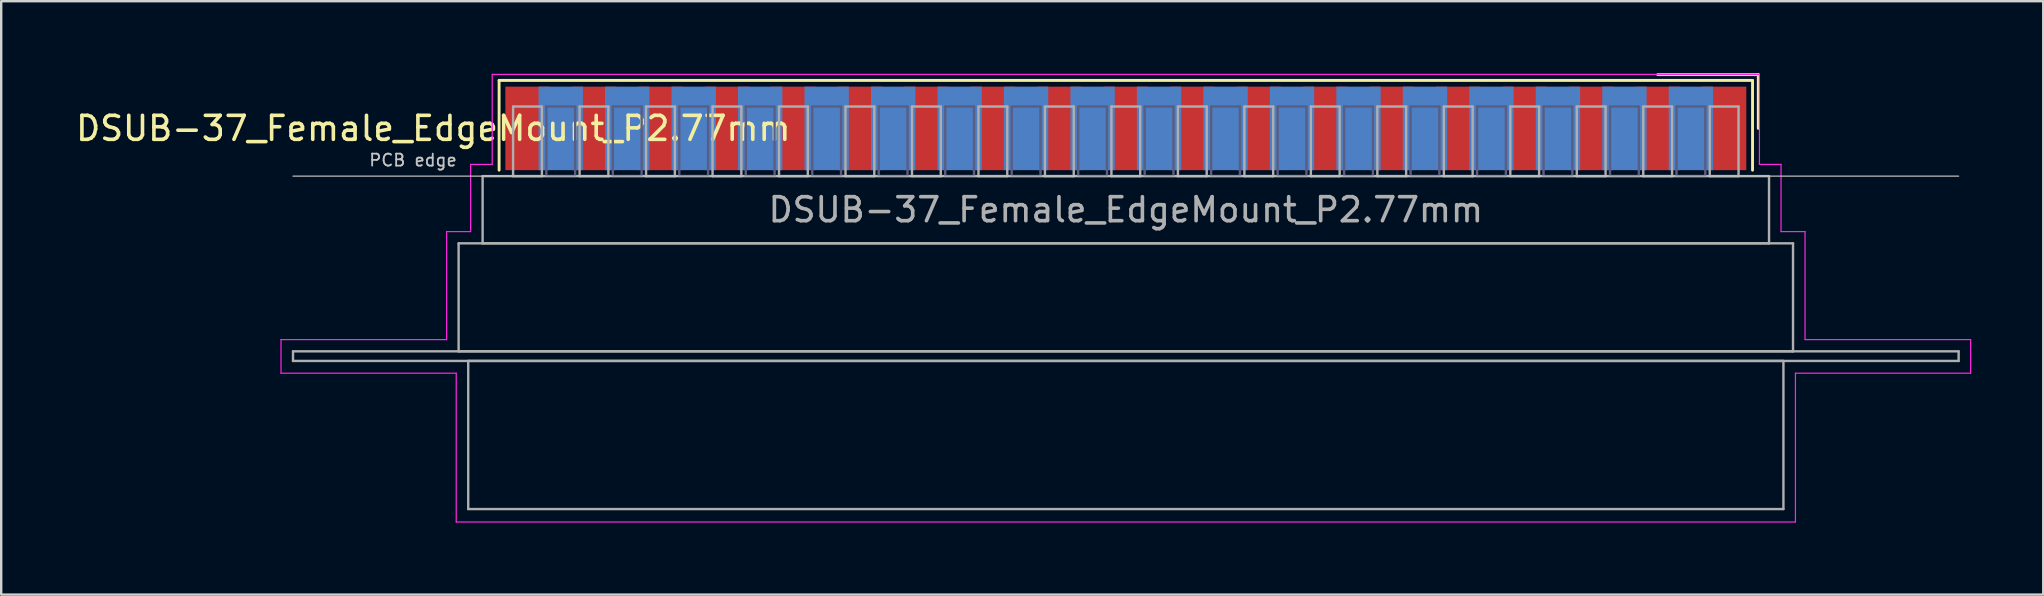
<source format=kicad_pcb>
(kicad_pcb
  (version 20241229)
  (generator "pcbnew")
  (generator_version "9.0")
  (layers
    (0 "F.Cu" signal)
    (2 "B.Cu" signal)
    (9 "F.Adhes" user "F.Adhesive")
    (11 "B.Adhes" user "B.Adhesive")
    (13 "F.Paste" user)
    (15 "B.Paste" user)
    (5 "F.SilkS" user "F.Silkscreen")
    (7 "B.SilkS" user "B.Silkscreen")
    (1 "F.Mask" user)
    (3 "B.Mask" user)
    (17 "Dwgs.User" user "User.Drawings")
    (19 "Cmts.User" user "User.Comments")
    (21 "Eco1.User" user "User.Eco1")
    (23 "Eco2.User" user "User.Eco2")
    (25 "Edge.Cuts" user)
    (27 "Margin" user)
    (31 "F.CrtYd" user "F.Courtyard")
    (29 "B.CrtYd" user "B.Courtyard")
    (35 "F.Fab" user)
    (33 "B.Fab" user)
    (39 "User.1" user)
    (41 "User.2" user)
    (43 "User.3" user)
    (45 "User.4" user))
  (footprint "DSUB-37_Female_EdgeMount_P2.77mm"
    (layer "F.Cu")
    (at 43.859 2.3)
    (property "Reference" "DSUB-37_Female_EdgeMount_P2.77mm" (at -28.853 0 0) (layer "F.SilkS") (effects (font (size 1 1) (thickness 0.15))))
    (attr smd)
    (fp_line (start -26.113 -2) (end -26.113 1.74) (stroke (width 0.12) (type solid)) (layer "F.SilkS"))
    (fp_line (start 26.113 -2) (end -26.113 -2) (stroke (width 0.12) (type solid)) (layer "F.SilkS"))
    (fp_line (start 26.113 1.74) (end 26.113 -2) (stroke (width 0.12) (type solid)) (layer "F.SilkS"))
    (fp_line (start 26.353 -2.24) (end 22.16 -2.24) (stroke (width 0.12) (type solid)) (layer "F.SilkS"))
    (fp_line (start 26.353 0) (end 26.353 -2.24) (stroke (width 0.12) (type solid)) (layer "F.SilkS"))
    (fp_line (start -34.7 1.99) (end 34.7 1.99) (stroke (width 0.05) (type solid)) (layer "Dwgs.User"))
    (fp_line (start -35.2 8.8) (end -28.3 8.8) (stroke (width 0.05) (type solid)) (layer "F.CrtYd"))
    (fp_line (start -35.2 10.2) (end -35.2 8.8) (stroke (width 0.05) (type solid)) (layer "F.CrtYd"))
    (fp_line (start -28.3 4.3) (end -27.3 4.3) (stroke (width 0.05) (type solid)) (layer "F.CrtYd"))
    (fp_line (start -28.3 8.8) (end -28.3 4.3) (stroke (width 0.05) (type solid)) (layer "F.CrtYd"))
    (fp_line (start -27.9 10.2) (end -35.2 10.2) (stroke (width 0.05) (type solid)) (layer "F.CrtYd"))
    (fp_line (start -27.9 16.4) (end -27.9 10.2) (stroke (width 0.05) (type solid)) (layer "F.CrtYd"))
    (fp_line (start -27.3 1.5) (end -26.4 1.5) (stroke (width 0.05) (type solid)) (layer "F.CrtYd"))
    (fp_line (start -27.3 4.3) (end -27.3 1.5) (stroke (width 0.05) (type solid)) (layer "F.CrtYd"))
    (fp_line (start -26.4 -2.25) (end 26.4 -2.25) (stroke (width 0.05) (type solid)) (layer "F.CrtYd"))
    (fp_line (start -26.4 1.5) (end -26.4 -2.25) (stroke (width 0.05) (type solid)) (layer "F.CrtYd"))
    (fp_line (start 26.4 -2.25) (end 26.4 1.5) (stroke (width 0.05) (type solid)) (layer "F.CrtYd"))
    (fp_line (start 26.4 1.5) (end 27.3 1.5) (stroke (width 0.05) (type solid)) (layer "F.CrtYd"))
    (fp_line (start 27.3 1.5) (end 27.3 4.3) (stroke (width 0.05) (type solid)) (layer "F.CrtYd"))
    (fp_line (start 27.3 4.3) (end 28.3 4.3) (stroke (width 0.05) (type solid)) (layer "F.CrtYd"))
    (fp_line (start 27.9 10.2) (end 27.9 16.4) (stroke (width 0.05) (type solid)) (layer "F.CrtYd"))
    (fp_line (start 27.9 16.4) (end -27.9 16.4) (stroke (width 0.05) (type solid)) (layer "F.CrtYd"))
    (fp_line (start 28.3 4.3) (end 28.3 8.8) (stroke (width 0.05) (type solid)) (layer "F.CrtYd"))
    (fp_line (start 28.3 8.8) (end 35.2 8.8) (stroke (width 0.05) (type solid)) (layer "F.CrtYd"))
    (fp_line (start 35.2 8.8) (end 35.2 10.2) (stroke (width 0.05) (type solid)) (layer "F.CrtYd"))
    (fp_line (start 35.2 10.2) (end 27.9 10.2) (stroke (width 0.05) (type solid)) (layer "F.CrtYd"))
    (fp_line (start -24.145 -0.91) (end -24.145 1.99) (stroke (width 0.1) (type solid)) (layer "B.Fab"))
    (fp_line (start -24.145 1.99) (end -22.945 1.99) (stroke (width 0.1) (type solid)) (layer "B.Fab"))
    (fp_line (start -22.945 -0.91) (end -24.145 -0.91) (stroke (width 0.1) (type solid)) (layer "B.Fab"))
    (fp_line (start -22.945 1.99) (end -22.945 -0.91) (stroke (width 0.1) (type solid)) (layer "B.Fab"))
    (fp_line (start -21.375 -0.91) (end -21.375 1.99) (stroke (width 0.1) (type solid)) (layer "B.Fab"))
    (fp_line (start -21.375 1.99) (end -20.175 1.99) (stroke (width 0.1) (type solid)) (layer "B.Fab"))
    (fp_line (start -20.175 -0.91) (end -21.375 -0.91) (stroke (width 0.1) (type solid)) (layer "B.Fab"))
    (fp_line (start -20.175 1.99) (end -20.175 -0.91) (stroke (width 0.1) (type solid)) (layer "B.Fab"))
    (fp_line (start -18.605 -0.91) (end -18.605 1.99) (stroke (width 0.1) (type solid)) (layer "B.Fab"))
    (fp_line (start -18.605 1.99) (end -17.405 1.99) (stroke (width 0.1) (type solid)) (layer "B.Fab"))
    (fp_line (start -17.405 -0.91) (end -18.605 -0.91) (stroke (width 0.1) (type solid)) (layer "B.Fab"))
    (fp_line (start -17.405 1.99) (end -17.405 -0.91) (stroke (width 0.1) (type solid)) (layer "B.Fab"))
    (fp_line (start -15.835 -0.91) (end -15.835 1.99) (stroke (width 0.1) (type solid)) (layer "B.Fab"))
    (fp_line (start -15.835 1.99) (end -14.635 1.99) (stroke (width 0.1) (type solid)) (layer "B.Fab"))
    (fp_line (start -14.635 -0.91) (end -15.835 -0.91) (stroke (width 0.1) (type solid)) (layer "B.Fab"))
    (fp_line (start -14.635 1.99) (end -14.635 -0.91) (stroke (width 0.1) (type solid)) (layer "B.Fab"))
    (fp_line (start -13.065 -0.91) (end -13.065 1.99) (stroke (width 0.1) (type solid)) (layer "B.Fab"))
    (fp_line (start -13.065 1.99) (end -11.865 1.99) (stroke (width 0.1) (type solid)) (layer "B.Fab"))
    (fp_line (start -11.865 -0.91) (end -13.065 -0.91) (stroke (width 0.1) (type solid)) (layer "B.Fab"))
    (fp_line (start -11.865 1.99) (end -11.865 -0.91) (stroke (width 0.1) (type solid)) (layer "B.Fab"))
    (fp_line (start -10.295 -0.91) (end -10.295 1.99) (stroke (width 0.1) (type solid)) (layer "B.Fab"))
    (fp_line (start -10.295 1.99) (end -9.095 1.99) (stroke (width 0.1) (type solid)) (layer "B.Fab"))
    (fp_line (start -9.095 -0.91) (end -10.295 -0.91) (stroke (width 0.1) (type solid)) (layer "B.Fab"))
    (fp_line (start -9.095 1.99) (end -9.095 -0.91) (stroke (width 0.1) (type solid)) (layer "B.Fab"))
    (fp_line (start -7.525 -0.91) (end -7.525 1.99) (stroke (width 0.1) (type solid)) (layer "B.Fab"))
    (fp_line (start -7.525 1.99) (end -6.325 1.99) (stroke (width 0.1) (type solid)) (layer "B.Fab"))
    (fp_line (start -6.325 -0.91) (end -7.525 -0.91) (stroke (width 0.1) (type solid)) (layer "B.Fab"))
    (fp_line (start -6.325 1.99) (end -6.325 -0.91) (stroke (width 0.1) (type solid)) (layer "B.Fab"))
    (fp_line (start -4.755 -0.91) (end -4.755 1.99) (stroke (width 0.1) (type solid)) (layer "B.Fab"))
    (fp_line (start -4.755 1.99) (end -3.555 1.99) (stroke (width 0.1) (type solid)) (layer "B.Fab"))
    (fp_line (start -3.555 -0.91) (end -4.755 -0.91) (stroke (width 0.1) (type solid)) (layer "B.Fab"))
    (fp_line (start -3.555 1.99) (end -3.555 -0.91) (stroke (width 0.1) (type solid)) (layer "B.Fab"))
    (fp_line (start -1.985 -0.91) (end -1.985 1.99) (stroke (width 0.1) (type solid)) (layer "B.Fab"))
    (fp_line (start -1.985 1.99) (end -0.785 1.99) (stroke (width 0.1) (type solid)) (layer "B.Fab"))
    (fp_line (start -0.785 -0.91) (end -1.985 -0.91) (stroke (width 0.1) (type solid)) (layer "B.Fab"))
    (fp_line (start -0.785 1.99) (end -0.785 -0.91) (stroke (width 0.1) (type solid)) (layer "B.Fab"))
    (fp_line (start 0.785 -0.91) (end 0.785 1.99) (stroke (width 0.1) (type solid)) (layer "B.Fab"))
    (fp_line (start 0.785 1.99) (end 1.985 1.99) (stroke (width 0.1) (type solid)) (layer "B.Fab"))
    (fp_line (start 1.985 -0.91) (end 0.785 -0.91) (stroke (width 0.1) (type solid)) (layer "B.Fab"))
    (fp_line (start 1.985 1.99) (end 1.985 -0.91) (stroke (width 0.1) (type solid)) (layer "B.Fab"))
    (fp_line (start 3.555 -0.91) (end 3.555 1.99) (stroke (width 0.1) (type solid)) (layer "B.Fab"))
    (fp_line (start 3.555 1.99) (end 4.755 1.99) (stroke (width 0.1) (type solid)) (layer "B.Fab"))
    (fp_line (start 4.755 -0.91) (end 3.555 -0.91) (stroke (width 0.1) (type solid)) (layer "B.Fab"))
    (fp_line (start 4.755 1.99) (end 4.755 -0.91) (stroke (width 0.1) (type solid)) (layer "B.Fab"))
    (fp_line (start 6.325 -0.91) (end 6.325 1.99) (stroke (width 0.1) (type solid)) (layer "B.Fab"))
    (fp_line (start 6.325 1.99) (end 7.525 1.99) (stroke (width 0.1) (type solid)) (layer "B.Fab"))
    (fp_line (start 7.525 -0.91) (end 6.325 -0.91) (stroke (width 0.1) (type solid)) (layer "B.Fab"))
    (fp_line (start 7.525 1.99) (end 7.525 -0.91) (stroke (width 0.1) (type solid)) (layer "B.Fab"))
    (fp_line (start 9.095 -0.91) (end 9.095 1.99) (stroke (width 0.1) (type solid)) (layer "B.Fab"))
    (fp_line (start 9.095 1.99) (end 10.295 1.99) (stroke (width 0.1) (type solid)) (layer "B.Fab"))
    (fp_line (start 10.295 -0.91) (end 9.095 -0.91) (stroke (width 0.1) (type solid)) (layer "B.Fab"))
    (fp_line (start 10.295 1.99) (end 10.295 -0.91) (stroke (width 0.1) (type solid)) (layer "B.Fab"))
    (fp_line (start 11.865 -0.91) (end 11.865 1.99) (stroke (width 0.1) (type solid)) (layer "B.Fab"))
    (fp_line (start 11.865 1.99) (end 13.065 1.99) (stroke (width 0.1) (type solid)) (layer "B.Fab"))
    (fp_line (start 13.065 -0.91) (end 11.865 -0.91) (stroke (width 0.1) (type solid)) (layer "B.Fab"))
    (fp_line (start 13.065 1.99) (end 13.065 -0.91) (stroke (width 0.1) (type solid)) (layer "B.Fab"))
    (fp_line (start 14.635 -0.91) (end 14.635 1.99) (stroke (width 0.1) (type solid)) (layer "B.Fab"))
    (fp_line (start 14.635 1.99) (end 15.835 1.99) (stroke (width 0.1) (type solid)) (layer "B.Fab"))
    (fp_line (start 15.835 -0.91) (end 14.635 -0.91) (stroke (width 0.1) (type solid)) (layer "B.Fab"))
    (fp_line (start 15.835 1.99) (end 15.835 -0.91) (stroke (width 0.1) (type solid)) (layer "B.Fab"))
    (fp_line (start 17.405 -0.91) (end 17.405 1.99) (stroke (width 0.1) (type solid)) (layer "B.Fab"))
    (fp_line (start 17.405 1.99) (end 18.605 1.99) (stroke (width 0.1) (type solid)) (layer "B.Fab"))
    (fp_line (start 18.605 -0.91) (end 17.405 -0.91) (stroke (width 0.1) (type solid)) (layer "B.Fab"))
    (fp_line (start 18.605 1.99) (end 18.605 -0.91) (stroke (width 0.1) (type solid)) (layer "B.Fab"))
    (fp_line (start 20.175 -0.91) (end 20.175 1.99) (stroke (width 0.1) (type solid)) (layer "B.Fab"))
    (fp_line (start 20.175 1.99) (end 21.375 1.99) (stroke (width 0.1) (type solid)) (layer "B.Fab"))
    (fp_line (start 21.375 -0.91) (end 20.175 -0.91) (stroke (width 0.1) (type solid)) (layer "B.Fab"))
    (fp_line (start 21.375 1.99) (end 21.375 -0.91) (stroke (width 0.1) (type solid)) (layer "B.Fab"))
    (fp_line (start 22.945 -0.91) (end 22.945 1.99) (stroke (width 0.1) (type solid)) (layer "B.Fab"))
    (fp_line (start 22.945 1.99) (end 24.145 1.99) (stroke (width 0.1) (type solid)) (layer "B.Fab"))
    (fp_line (start 24.145 -0.91) (end 22.945 -0.91) (stroke (width 0.1) (type solid)) (layer "B.Fab"))
    (fp_line (start 24.145 1.99) (end 24.145 -0.91) (stroke (width 0.1) (type solid)) (layer "B.Fab"))
    (fp_line (start -34.7 9.29) (end -34.7 9.69) (stroke (width 0.1) (type solid)) (layer "F.Fab"))
    (fp_line (start -34.7 9.69) (end 34.7 9.69) (stroke (width 0.1) (type solid)) (layer "F.Fab"))
    (fp_line (start -27.8 4.79) (end -27.8 9.29) (stroke (width 0.1) (type solid)) (layer "F.Fab"))
    (fp_line (start -27.8 9.29) (end 27.8 9.29) (stroke (width 0.1) (type solid)) (layer "F.Fab"))
    (fp_line (start -27.4 9.69) (end -27.4 15.86) (stroke (width 0.1) (type solid)) (layer "F.Fab"))
    (fp_line (start -27.4 15.86) (end 27.4 15.86) (stroke (width 0.1) (type solid)) (layer "F.Fab"))
    (fp_line (start -26.8 1.99) (end -26.8 4.79) (stroke (width 0.1) (type solid)) (layer "F.Fab"))
    (fp_line (start -26.8 4.79) (end 26.8 4.79) (stroke (width 0.1) (type solid)) (layer "F.Fab"))
    (fp_line (start -25.53 -0.91) (end -25.53 1.99) (stroke (width 0.1) (type solid)) (layer "F.Fab"))
    (fp_line (start -25.53 1.99) (end -24.33 1.99) (stroke (width 0.1) (type solid)) (layer "F.Fab"))
    (fp_line (start -24.33 -0.91) (end -25.53 -0.91) (stroke (width 0.1) (type solid)) (layer "F.Fab"))
    (fp_line (start -24.33 1.99) (end -24.33 -0.91) (stroke (width 0.1) (type solid)) (layer "F.Fab"))
    (fp_line (start -22.76 -0.91) (end -22.76 1.99) (stroke (width 0.1) (type solid)) (layer "F.Fab"))
    (fp_line (start -22.76 1.99) (end -21.56 1.99) (stroke (width 0.1) (type solid)) (layer "F.Fab"))
    (fp_line (start -21.56 -0.91) (end -22.76 -0.91) (stroke (width 0.1) (type solid)) (layer "F.Fab"))
    (fp_line (start -21.56 1.99) (end -21.56 -0.91) (stroke (width 0.1) (type solid)) (layer "F.Fab"))
    (fp_line (start -19.99 -0.91) (end -19.99 1.99) (stroke (width 0.1) (type solid)) (layer "F.Fab"))
    (fp_line (start -19.99 1.99) (end -18.79 1.99) (stroke (width 0.1) (type solid)) (layer "F.Fab"))
    (fp_line (start -18.79 -0.91) (end -19.99 -0.91) (stroke (width 0.1) (type solid)) (layer "F.Fab"))
    (fp_line (start -18.79 1.99) (end -18.79 -0.91) (stroke (width 0.1) (type solid)) (layer "F.Fab"))
    (fp_line (start -17.22 -0.91) (end -17.22 1.99) (stroke (width 0.1) (type solid)) (layer "F.Fab"))
    (fp_line (start -17.22 1.99) (end -16.02 1.99) (stroke (width 0.1) (type solid)) (layer "F.Fab"))
    (fp_line (start -16.02 -0.91) (end -17.22 -0.91) (stroke (width 0.1) (type solid)) (layer "F.Fab"))
    (fp_line (start -16.02 1.99) (end -16.02 -0.91) (stroke (width 0.1) (type solid)) (layer "F.Fab"))
    (fp_line (start -14.45 -0.91) (end -14.45 1.99) (stroke (width 0.1) (type solid)) (layer "F.Fab"))
    (fp_line (start -14.45 1.99) (end -13.25 1.99) (stroke (width 0.1) (type solid)) (layer "F.Fab"))
    (fp_line (start -13.25 -0.91) (end -14.45 -0.91) (stroke (width 0.1) (type solid)) (layer "F.Fab"))
    (fp_line (start -13.25 1.99) (end -13.25 -0.91) (stroke (width 0.1) (type solid)) (layer "F.Fab"))
    (fp_line (start -11.68 -0.91) (end -11.68 1.99) (stroke (width 0.1) (type solid)) (layer "F.Fab"))
    (fp_line (start -11.68 1.99) (end -10.48 1.99) (stroke (width 0.1) (type solid)) (layer "F.Fab"))
    (fp_line (start -10.48 -0.91) (end -11.68 -0.91) (stroke (width 0.1) (type solid)) (layer "F.Fab"))
    (fp_line (start -10.48 1.99) (end -10.48 -0.91) (stroke (width 0.1) (type solid)) (layer "F.Fab"))
    (fp_line (start -8.91 -0.91) (end -8.91 1.99) (stroke (width 0.1) (type solid)) (layer "F.Fab"))
    (fp_line (start -8.91 1.99) (end -7.71 1.99) (stroke (width 0.1) (type solid)) (layer "F.Fab"))
    (fp_line (start -7.71 -0.91) (end -8.91 -0.91) (stroke (width 0.1) (type solid)) (layer "F.Fab"))
    (fp_line (start -7.71 1.99) (end -7.71 -0.91) (stroke (width 0.1) (type solid)) (layer "F.Fab"))
    (fp_line (start -6.14 -0.91) (end -6.14 1.99) (stroke (width 0.1) (type solid)) (layer "F.Fab"))
    (fp_line (start -6.14 1.99) (end -4.94 1.99) (stroke (width 0.1) (type solid)) (layer "F.Fab"))
    (fp_line (start -4.94 -0.91) (end -6.14 -0.91) (stroke (width 0.1) (type solid)) (layer "F.Fab"))
    (fp_line (start -4.94 1.99) (end -4.94 -0.91) (stroke (width 0.1) (type solid)) (layer "F.Fab"))
    (fp_line (start -3.37 -0.91) (end -3.37 1.99) (stroke (width 0.1) (type solid)) (layer "F.Fab"))
    (fp_line (start -3.37 1.99) (end -2.17 1.99) (stroke (width 0.1) (type solid)) (layer "F.Fab"))
    (fp_line (start -2.17 -0.91) (end -3.37 -0.91) (stroke (width 0.1) (type solid)) (layer "F.Fab"))
    (fp_line (start -2.17 1.99) (end -2.17 -0.91) (stroke (width 0.1) (type solid)) (layer "F.Fab"))
    (fp_line (start -0.6 -0.91) (end -0.6 1.99) (stroke (width 0.1) (type solid)) (layer "F.Fab"))
    (fp_line (start -0.6 1.99) (end 0.6 1.99) (stroke (width 0.1) (type solid)) (layer "F.Fab"))
    (fp_line (start 0.6 -0.91) (end -0.6 -0.91) (stroke (width 0.1) (type solid)) (layer "F.Fab"))
    (fp_line (start 0.6 1.99) (end 0.6 -0.91) (stroke (width 0.1) (type solid)) (layer "F.Fab"))
    (fp_line (start 2.17 -0.91) (end 2.17 1.99) (stroke (width 0.1) (type solid)) (layer "F.Fab"))
    (fp_line (start 2.17 1.99) (end 3.37 1.99) (stroke (width 0.1) (type solid)) (layer "F.Fab"))
    (fp_line (start 3.37 -0.91) (end 2.17 -0.91) (stroke (width 0.1) (type solid)) (layer "F.Fab"))
    (fp_line (start 3.37 1.99) (end 3.37 -0.91) (stroke (width 0.1) (type solid)) (layer "F.Fab"))
    (fp_line (start 4.94 -0.91) (end 4.94 1.99) (stroke (width 0.1) (type solid)) (layer "F.Fab"))
    (fp_line (start 4.94 1.99) (end 6.14 1.99) (stroke (width 0.1) (type solid)) (layer "F.Fab"))
    (fp_line (start 6.14 -0.91) (end 4.94 -0.91) (stroke (width 0.1) (type solid)) (layer "F.Fab"))
    (fp_line (start 6.14 1.99) (end 6.14 -0.91) (stroke (width 0.1) (type solid)) (layer "F.Fab"))
    (fp_line (start 7.71 -0.91) (end 7.71 1.99) (stroke (width 0.1) (type solid)) (layer "F.Fab"))
    (fp_line (start 7.71 1.99) (end 8.91 1.99) (stroke (width 0.1) (type solid)) (layer "F.Fab"))
    (fp_line (start 8.91 -0.91) (end 7.71 -0.91) (stroke (width 0.1) (type solid)) (layer "F.Fab"))
    (fp_line (start 8.91 1.99) (end 8.91 -0.91) (stroke (width 0.1) (type solid)) (layer "F.Fab"))
    (fp_line (start 10.48 -0.91) (end 10.48 1.99) (stroke (width 0.1) (type solid)) (layer "F.Fab"))
    (fp_line (start 10.48 1.99) (end 11.68 1.99) (stroke (width 0.1) (type solid)) (layer "F.Fab"))
    (fp_line (start 11.68 -0.91) (end 10.48 -0.91) (stroke (width 0.1) (type solid)) (layer "F.Fab"))
    (fp_line (start 11.68 1.99) (end 11.68 -0.91) (stroke (width 0.1) (type solid)) (layer "F.Fab"))
    (fp_line (start 13.25 -0.91) (end 13.25 1.99) (stroke (width 0.1) (type solid)) (layer "F.Fab"))
    (fp_line (start 13.25 1.99) (end 14.45 1.99) (stroke (width 0.1) (type solid)) (layer "F.Fab"))
    (fp_line (start 14.45 -0.91) (end 13.25 -0.91) (stroke (width 0.1) (type solid)) (layer "F.Fab"))
    (fp_line (start 14.45 1.99) (end 14.45 -0.91) (stroke (width 0.1) (type solid)) (layer "F.Fab"))
    (fp_line (start 16.02 -0.91) (end 16.02 1.99) (stroke (width 0.1) (type solid)) (layer "F.Fab"))
    (fp_line (start 16.02 1.99) (end 17.22 1.99) (stroke (width 0.1) (type solid)) (layer "F.Fab"))
    (fp_line (start 17.22 -0.91) (end 16.02 -0.91) (stroke (width 0.1) (type solid)) (layer "F.Fab"))
    (fp_line (start 17.22 1.99) (end 17.22 -0.91) (stroke (width 0.1) (type solid)) (layer "F.Fab"))
    (fp_line (start 18.79 -0.91) (end 18.79 1.99) (stroke (width 0.1) (type solid)) (layer "F.Fab"))
    (fp_line (start 18.79 1.99) (end 19.99 1.99) (stroke (width 0.1) (type solid)) (layer "F.Fab"))
    (fp_line (start 19.99 -0.91) (end 18.79 -0.91) (stroke (width 0.1) (type solid)) (layer "F.Fab"))
    (fp_line (start 19.99 1.99) (end 19.99 -0.91) (stroke (width 0.1) (type solid)) (layer "F.Fab"))
    (fp_line (start 21.56 -0.91) (end 21.56 1.99) (stroke (width 0.1) (type solid)) (layer "F.Fab"))
    (fp_line (start 21.56 1.99) (end 22.76 1.99) (stroke (width 0.1) (type solid)) (layer "F.Fab"))
    (fp_line (start 22.76 -0.91) (end 21.56 -0.91) (stroke (width 0.1) (type solid)) (layer "F.Fab"))
    (fp_line (start 22.76 1.99) (end 22.76 -0.91) (stroke (width 0.1) (type solid)) (layer "F.Fab"))
    (fp_line (start 24.33 -0.91) (end 24.33 1.99) (stroke (width 0.1) (type solid)) (layer "F.Fab"))
    (fp_line (start 24.33 1.99) (end 25.53 1.99) (stroke (width 0.1) (type solid)) (layer "F.Fab"))
    (fp_line (start 25.53 -0.91) (end 24.33 -0.91) (stroke (width 0.1) (type solid)) (layer "F.Fab"))
    (fp_line (start 25.53 1.99) (end 25.53 -0.91) (stroke (width 0.1) (type solid)) (layer "F.Fab"))
    (fp_line (start 26.8 1.99) (end -26.8 1.99) (stroke (width 0.1) (type solid)) (layer "F.Fab"))
    (fp_line (start 26.8 4.79) (end 26.8 1.99) (stroke (width 0.1) (type solid)) (layer "F.Fab"))
    (fp_line (start 27.4 9.69) (end -27.4 9.69) (stroke (width 0.1) (type solid)) (layer "F.Fab"))
    (fp_line (start 27.4 15.86) (end 27.4 9.69) (stroke (width 0.1) (type solid)) (layer "F.Fab"))
    (fp_line (start 27.8 4.79) (end -27.8 4.79) (stroke (width 0.1) (type solid)) (layer "F.Fab"))
    (fp_line (start 27.8 9.29) (end 27.8 4.79) (stroke (width 0.1) (type solid)) (layer "F.Fab"))
    (fp_line (start 34.7 9.29) (end -34.7 9.29) (stroke (width 0.1) (type solid)) (layer "F.Fab"))
    (fp_line (start 34.7 9.69) (end 34.7 9.29) (stroke (width 0.1) (type solid)) (layer "F.Fab"))
    (fp_text user "PCB edge" (at -29.7 1.323 0) (layer "Dwgs.User") (effects (font (size 0.5 0.5) (thickness 0.075))))
    (fp_text user "${REFERENCE}" (at 0 3.39 0) (layer "F.Fab") (effects (font (size 1 1) (thickness 0.15))))
    (pad "1" smd rect (at 24.93 0) (size 1.847 3.48) (layers "F.Cu" "F.Mask" "F.Paste"))
    (pad "2" smd rect (at 22.16 0) (size 1.847 3.48) (layers "F.Cu" "F.Mask" "F.Paste"))
    (pad "3" smd rect (at 19.39 0) (size 1.847 3.48) (layers "F.Cu" "F.Mask" "F.Paste"))
    (pad "4" smd rect (at 16.62 0) (size 1.847 3.48) (layers "F.Cu" "F.Mask" "F.Paste"))
    (pad "5" smd rect (at 13.85 0) (size 1.847 3.48) (layers "F.Cu" "F.Mask" "F.Paste"))
    (pad "6" smd rect (at 11.08 0) (size 1.847 3.48) (layers "F.Cu" "F.Mask" "F.Paste"))
    (pad "7" smd rect (at 8.31 0) (size 1.847 3.48) (layers "F.Cu" "F.Mask" "F.Paste"))
    (pad "8" smd rect (at 5.54 0) (size 1.847 3.48) (layers "F.Cu" "F.Mask" "F.Paste"))
    (pad "9" smd rect (at 2.77 0) (size 1.847 3.48) (layers "F.Cu" "F.Mask" "F.Paste"))
    (pad "10" smd rect (at 0 0) (size 1.847 3.48) (layers "F.Cu" "F.Mask" "F.Paste"))
    (pad "11" smd rect (at -2.77 0) (size 1.847 3.48) (layers "F.Cu" "F.Mask" "F.Paste"))
    (pad "12" smd rect (at -5.54 0) (size 1.847 3.48) (layers "F.Cu" "F.Mask" "F.Paste"))
    (pad "13" smd rect (at -8.31 0) (size 1.847 3.48) (layers "F.Cu" "F.Mask" "F.Paste"))
    (pad "14" smd rect (at -11.08 0) (size 1.847 3.48) (layers "F.Cu" "F.Mask" "F.Paste"))
    (pad "15" smd rect (at -13.85 0) (size 1.847 3.48) (layers "F.Cu" "F.Mask" "F.Paste"))
    (pad "16" smd rect (at -16.62 0) (size 1.847 3.48) (layers "F.Cu" "F.Mask" "F.Paste"))
    (pad "17" smd rect (at -19.39 0) (size 1.847 3.48) (layers "F.Cu" "F.Mask" "F.Paste"))
    (pad "18" smd rect (at -22.16 0) (size 1.847 3.48) (layers "F.Cu" "F.Mask" "F.Paste"))
    (pad "19" smd rect (at -24.93 0) (size 1.847 3.48) (layers "F.Cu" "F.Mask" "F.Paste"))
    (pad "20" smd rect (at 23.545 0) (size 1.847 3.48) (layers "B.Cu" "B.Mask" "B.Paste"))
    (pad "21" smd rect (at 20.775 0) (size 1.847 3.48) (layers "B.Cu" "B.Mask" "B.Paste"))
    (pad "22" smd rect (at 18.005 0) (size 1.847 3.48) (layers "B.Cu" "B.Mask" "B.Paste"))
    (pad "23" smd rect (at 15.235 0) (size 1.847 3.48) (layers "B.Cu" "B.Mask" "B.Paste"))
    (pad "24" smd rect (at 12.465 0) (size 1.847 3.48) (layers "B.Cu" "B.Mask" "B.Paste"))
    (pad "25" smd rect (at 9.695 0) (size 1.847 3.48) (layers "B.Cu" "B.Mask" "B.Paste"))
    (pad "26" smd rect (at 6.925 0) (size 1.847 3.48) (layers "B.Cu" "B.Mask" "B.Paste"))
    (pad "27" smd rect (at 4.155 0) (size 1.847 3.48) (layers "B.Cu" "B.Mask" "B.Paste"))
    (pad "28" smd rect (at 1.385 0) (size 1.847 3.48) (layers "B.Cu" "B.Mask" "B.Paste"))
    (pad "29" smd rect (at -1.385 0) (size 1.847 3.48) (layers "B.Cu" "B.Mask" "B.Paste"))
    (pad "30" smd rect (at -4.155 0) (size 1.847 3.48) (layers "B.Cu" "B.Mask" "B.Paste"))
    (pad "31" smd rect (at -6.925 0) (size 1.847 3.48) (layers "B.Cu" "B.Mask" "B.Paste"))
    (pad "32" smd rect (at -9.695 0) (size 1.847 3.48) (layers "B.Cu" "B.Mask" "B.Paste"))
    (pad "33" smd rect (at -12.465 0) (size 1.847 3.48) (layers "B.Cu" "B.Mask" "B.Paste"))
    (pad "34" smd rect (at -15.235 0) (size 1.847 3.48) (layers "B.Cu" "B.Mask" "B.Paste"))
    (pad "35" smd rect (at -18.005 0) (size 1.847 3.48) (layers "B.Cu" "B.Mask" "B.Paste"))
    (pad "36" smd rect (at -20.775 0) (size 1.847 3.48) (layers "B.Cu" "B.Mask" "B.Paste"))
    (pad "37" smd rect (at -23.545 0) (size 1.847 3.48) (layers "B.Cu" "B.Mask" "B.Paste")))
  (gr_rect
    (start -3 -3)
    (end 82.084 21.725)
    (stroke (width 0.1) (type default))
    (fill no)
    (layer "Edge.Cuts")))
</source>
